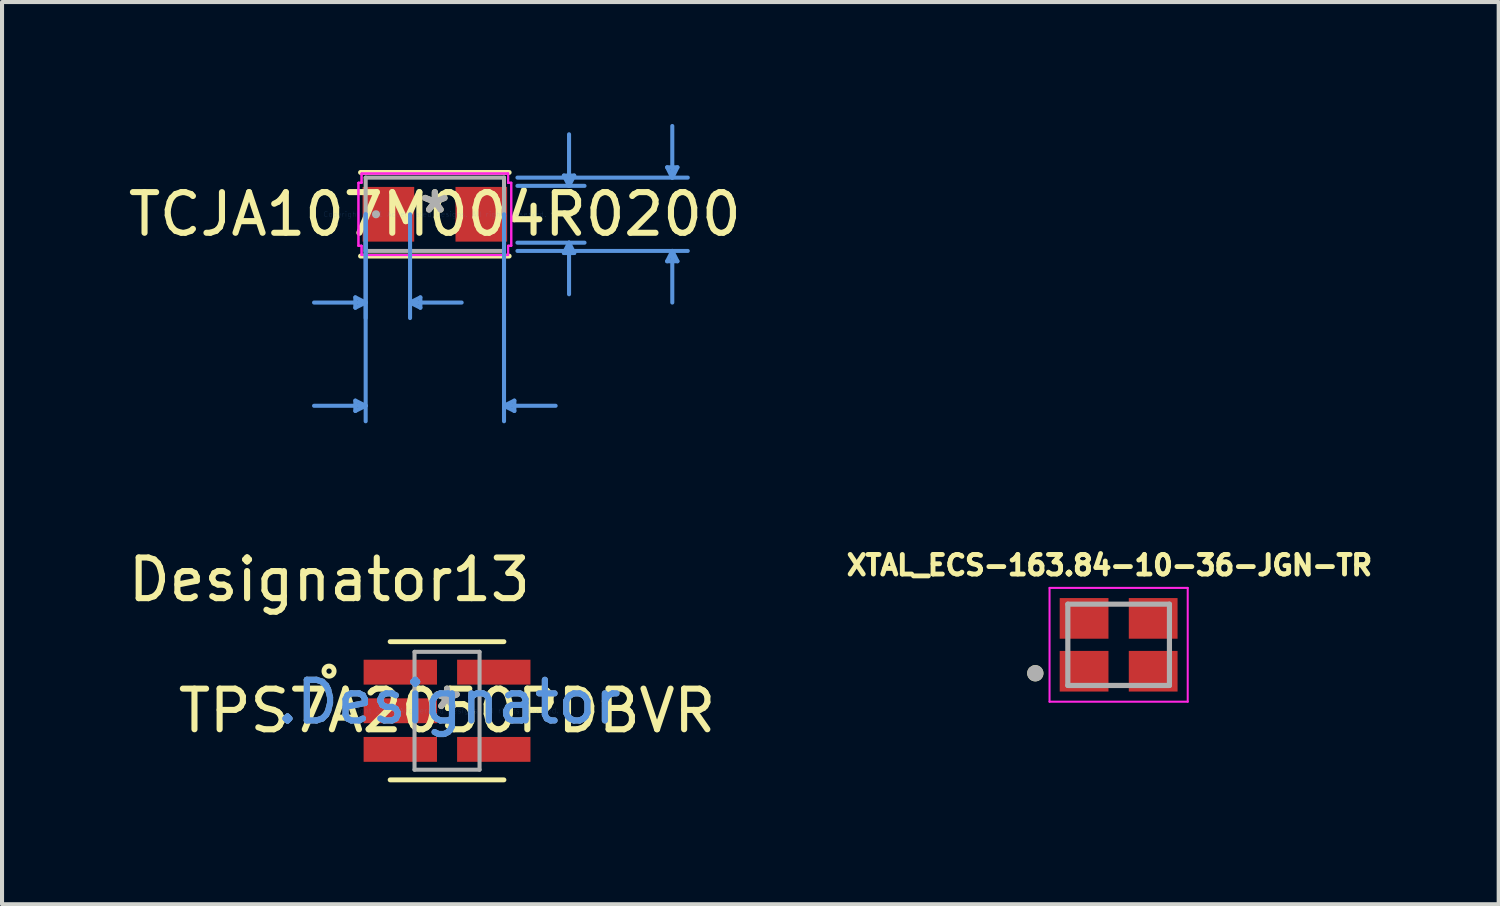
<source format=kicad_pcb>
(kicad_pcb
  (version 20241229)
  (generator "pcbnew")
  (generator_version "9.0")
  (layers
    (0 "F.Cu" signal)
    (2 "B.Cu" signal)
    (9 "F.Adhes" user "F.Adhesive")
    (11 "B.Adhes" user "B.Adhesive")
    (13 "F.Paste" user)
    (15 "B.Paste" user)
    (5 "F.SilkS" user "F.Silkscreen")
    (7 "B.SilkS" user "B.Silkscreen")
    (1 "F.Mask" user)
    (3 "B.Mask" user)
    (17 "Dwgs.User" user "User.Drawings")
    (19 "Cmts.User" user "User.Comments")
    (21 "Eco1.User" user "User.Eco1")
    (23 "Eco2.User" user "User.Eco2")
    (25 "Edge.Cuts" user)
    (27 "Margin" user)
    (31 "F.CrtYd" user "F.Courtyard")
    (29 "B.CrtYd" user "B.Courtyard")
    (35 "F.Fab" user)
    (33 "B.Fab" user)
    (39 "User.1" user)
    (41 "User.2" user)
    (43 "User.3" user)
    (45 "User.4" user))
  (footprint "TCJA107M004R0200"
    (layer "F.Cu")
    (at 7.649 2.222)
    (property "Reference" "TCJA107M004R0200" (at 0 0 0) (layer "F.SilkS") (effects (font (size 1 1) (thickness 0.15))))
    (attr through_hole)
    (fp_line (start -1.829 1.029) (end 1.829 1.029) (stroke (width 0.12) (type solid)) (layer "F.SilkS"))
    (fp_line (start 1.829 -1.029) (end -1.829 -1.029) (stroke (width 0.12) (type solid)) (layer "F.SilkS"))
    (fp_line (start -1.956 2.045) (end -1.956 2.299) (stroke (width 0.1) (type solid)) (layer "Cmts.User"))
    (fp_line (start -1.956 4.585) (end -1.956 4.839) (stroke (width 0.1) (type solid)) (layer "Cmts.User"))
    (fp_line (start -1.702 0) (end -1.702 2.553) (stroke (width 0.1) (type solid)) (layer "Cmts.User"))
    (fp_line (start -1.702 0) (end -1.702 5.093) (stroke (width 0.1) (type solid)) (layer "Cmts.User"))
    (fp_line (start -1.702 2.172) (end -2.972 2.172) (stroke (width 0.1) (type solid)) (layer "Cmts.User"))
    (fp_line (start -1.702 2.172) (end -1.956 2.045) (stroke (width 0.1) (type solid)) (layer "Cmts.User"))
    (fp_line (start -1.702 2.172) (end -1.956 2.299) (stroke (width 0.1) (type solid)) (layer "Cmts.User"))
    (fp_line (start -1.702 4.712) (end -2.972 4.712) (stroke (width 0.1) (type solid)) (layer "Cmts.User"))
    (fp_line (start -1.702 4.712) (end -1.956 4.585) (stroke (width 0.1) (type solid)) (layer "Cmts.User"))
    (fp_line (start -1.702 4.712) (end -1.956 4.839) (stroke (width 0.1) (type solid)) (layer "Cmts.User"))
    (fp_line (start -0.61 0) (end -0.61 2.553) (stroke (width 0.1) (type solid)) (layer "Cmts.User"))
    (fp_line (start -0.61 2.172) (end -0.356 2.045) (stroke (width 0.1) (type solid)) (layer "Cmts.User"))
    (fp_line (start -0.61 2.172) (end -0.356 2.299) (stroke (width 0.1) (type solid)) (layer "Cmts.User"))
    (fp_line (start -0.61 2.172) (end 0.66 2.172) (stroke (width 0.1) (type solid)) (layer "Cmts.User"))
    (fp_line (start -0.356 2.045) (end -0.356 2.299) (stroke (width 0.1) (type solid)) (layer "Cmts.User"))
    (fp_line (start 1.702 0) (end 1.702 5.093) (stroke (width 0.1) (type solid)) (layer "Cmts.User"))
    (fp_line (start 1.702 4.712) (end 1.956 4.585) (stroke (width 0.1) (type solid)) (layer "Cmts.User"))
    (fp_line (start 1.702 4.712) (end 1.956 4.839) (stroke (width 0.1) (type solid)) (layer "Cmts.User"))
    (fp_line (start 1.702 4.712) (end 2.972 4.712) (stroke (width 0.1) (type solid)) (layer "Cmts.User"))
    (fp_line (start 1.956 4.585) (end 1.956 4.839) (stroke (width 0.1) (type solid)) (layer "Cmts.User"))
    (fp_line (start 2.032 -0.902) (end 6.223 -0.902) (stroke (width 0.1) (type solid)) (layer "Cmts.User"))
    (fp_line (start 2.032 -0.699) (end 3.683 -0.699) (stroke (width 0.1) (type solid)) (layer "Cmts.User"))
    (fp_line (start 2.032 0.699) (end 3.683 0.699) (stroke (width 0.1) (type solid)) (layer "Cmts.User"))
    (fp_line (start 2.032 0.902) (end 6.223 0.902) (stroke (width 0.1) (type solid)) (layer "Cmts.User"))
    (fp_line (start 3.175 -0.953) (end 3.429 -0.953) (stroke (width 0.1) (type solid)) (layer "Cmts.User"))
    (fp_line (start 3.175 0.953) (end 3.429 0.953) (stroke (width 0.1) (type solid)) (layer "Cmts.User"))
    (fp_line (start 3.302 -0.699) (end 3.175 -0.953) (stroke (width 0.1) (type solid)) (layer "Cmts.User"))
    (fp_line (start 3.302 -0.699) (end 3.302 -1.968) (stroke (width 0.1) (type solid)) (layer "Cmts.User"))
    (fp_line (start 3.302 -0.699) (end 3.429 -0.953) (stroke (width 0.1) (type solid)) (layer "Cmts.User"))
    (fp_line (start 3.302 0.699) (end 3.175 0.953) (stroke (width 0.1) (type solid)) (layer "Cmts.User"))
    (fp_line (start 3.302 0.699) (end 3.302 1.968) (stroke (width 0.1) (type solid)) (layer "Cmts.User"))
    (fp_line (start 3.302 0.699) (end 3.429 0.953) (stroke (width 0.1) (type solid)) (layer "Cmts.User"))
    (fp_line (start 5.715 -1.156) (end 5.969 -1.156) (stroke (width 0.1) (type solid)) (layer "Cmts.User"))
    (fp_line (start 5.715 1.156) (end 5.969 1.156) (stroke (width 0.1) (type solid)) (layer "Cmts.User"))
    (fp_line (start 5.842 -0.902) (end 5.715 -1.156) (stroke (width 0.1) (type solid)) (layer "Cmts.User"))
    (fp_line (start 5.842 -0.902) (end 5.842 -2.172) (stroke (width 0.1) (type solid)) (layer "Cmts.User"))
    (fp_line (start 5.842 -0.902) (end 5.969 -1.156) (stroke (width 0.1) (type solid)) (layer "Cmts.User"))
    (fp_line (start 5.842 0.902) (end 5.715 1.156) (stroke (width 0.1) (type solid)) (layer "Cmts.User"))
    (fp_line (start 5.842 0.902) (end 5.842 2.172) (stroke (width 0.1) (type solid)) (layer "Cmts.User"))
    (fp_line (start 5.842 0.902) (end 5.969 1.156) (stroke (width 0.1) (type solid)) (layer "Cmts.User"))
    (fp_line (start -1.88 -0.775) (end -1.803 -0.775) (stroke (width 0.05) (type solid)) (layer "F.CrtYd"))
    (fp_line (start -1.88 -0.775) (end -1.803 -0.775) (stroke (width 0.05) (type solid)) (layer "F.CrtYd"))
    (fp_line (start -1.88 0.775) (end -1.88 -0.775) (stroke (width 0.05) (type solid)) (layer "F.CrtYd"))
    (fp_line (start -1.88 0.775) (end -1.88 -0.775) (stroke (width 0.05) (type solid)) (layer "F.CrtYd"))
    (fp_line (start -1.803 -1.003) (end 1.803 -1.003) (stroke (width 0.05) (type solid)) (layer "F.CrtYd"))
    (fp_line (start -1.803 -1.003) (end 1.803 -1.003) (stroke (width 0.05) (type solid)) (layer "F.CrtYd"))
    (fp_line (start -1.803 -0.775) (end -1.803 -1.003) (stroke (width 0.05) (type solid)) (layer "F.CrtYd"))
    (fp_line (start -1.803 -0.775) (end -1.803 -1.003) (stroke (width 0.05) (type solid)) (layer "F.CrtYd"))
    (fp_line (start -1.803 0.775) (end -1.88 0.775) (stroke (width 0.05) (type solid)) (layer "F.CrtYd"))
    (fp_line (start -1.803 0.775) (end -1.88 0.775) (stroke (width 0.05) (type solid)) (layer "F.CrtYd"))
    (fp_line (start -1.803 1.003) (end -1.803 0.775) (stroke (width 0.05) (type solid)) (layer "F.CrtYd"))
    (fp_line (start -1.803 1.003) (end -1.803 0.775) (stroke (width 0.05) (type solid)) (layer "F.CrtYd"))
    (fp_line (start 1.803 -1.003) (end 1.803 -0.775) (stroke (width 0.05) (type solid)) (layer "F.CrtYd"))
    (fp_line (start 1.803 -1.003) (end 1.803 -0.775) (stroke (width 0.05) (type solid)) (layer "F.CrtYd"))
    (fp_line (start 1.803 -0.775) (end 1.88 -0.775) (stroke (width 0.05) (type solid)) (layer "F.CrtYd"))
    (fp_line (start 1.803 -0.775) (end 1.88 -0.775) (stroke (width 0.05) (type solid)) (layer "F.CrtYd"))
    (fp_line (start 1.803 0.775) (end 1.803 1.003) (stroke (width 0.05) (type solid)) (layer "F.CrtYd"))
    (fp_line (start 1.803 0.775) (end 1.803 1.003) (stroke (width 0.05) (type solid)) (layer "F.CrtYd"))
    (fp_line (start 1.803 1.003) (end -1.803 1.003) (stroke (width 0.05) (type solid)) (layer "F.CrtYd"))
    (fp_line (start 1.803 1.003) (end -1.803 1.003) (stroke (width 0.05) (type solid)) (layer "F.CrtYd"))
    (fp_line (start 1.88 -0.775) (end 1.88 0.775) (stroke (width 0.05) (type solid)) (layer "F.CrtYd"))
    (fp_line (start 1.88 -0.775) (end 1.88 0.775) (stroke (width 0.05) (type solid)) (layer "F.CrtYd"))
    (fp_line (start 1.88 0.775) (end 1.803 0.775) (stroke (width 0.05) (type solid)) (layer "F.CrtYd"))
    (fp_line (start 1.88 0.775) (end 1.803 0.775) (stroke (width 0.05) (type solid)) (layer "F.CrtYd"))
    (fp_line (start -1.702 -0.902) (end -1.702 0.902) (stroke (width 0.1) (type solid)) (layer "F.Fab"))
    (fp_line (start -1.702 0.902) (end 1.702 0.902) (stroke (width 0.1) (type solid)) (layer "F.Fab"))
    (fp_line (start 1.702 -0.902) (end -1.702 -0.902) (stroke (width 0.1) (type solid)) (layer "F.Fab"))
    (fp_line (start 1.702 0.902) (end 1.702 -0.902) (stroke (width 0.1) (type solid)) (layer "F.Fab"))
    (fp_circle (center -1.448 0) (end -1.448 0) (stroke (width 0.1) (type solid)) (fill no) (layer "F.Fab"))
    (fp_text user "*" (at 0 0 0) (layer "F.SilkS") (effects (font (size 1 1) (thickness 0.15))))
    (fp_text user "Copyright 2021 Accelerated Designs. All rights reserved." (at 0 0 0) (layer "Cmts.User") (effects (font (size 0.127 0.127) (thickness 0.002))))
    (fp_text user "*" (at 0 0 0) (layer "F.Fab") (effects (font (size 1 1) (thickness 0.15))))
    (pad "1" smd rect (at -1.143 0 90) (size 1.346 1.27) (layers "F.Cu" "F.Mask" "F.Paste"))
    (pad "2" smd rect (at 1.143 0 90) (size 1.346 1.27) (layers "F.Cu" "F.Mask" "F.Paste")))
  (footprint "XTAL_ECS-163.84-10-36-JGN-TR"
    (layer "F.Cu")
    (at 24.473 12.815)
    (property "Reference" "XTAL_ECS-163.84-10-36-JGN-TR" (at -0.226 -1.958 0) (layer "F.SilkS") (effects (font (size 0.481 0.481) (thickness 0.15))))
    (attr smd)
    (fp_circle (center -2.05 0.7) (end -1.95 0.7) (stroke (width 0.2) (type solid)) (fill no) (layer "F.SilkS"))
    (fp_line (start -1.7 -1.4) (end -1.7 1.4) (stroke (width 0.05) (type solid)) (layer "F.CrtYd"))
    (fp_line (start -1.7 1.4) (end 1.7 1.4) (stroke (width 0.05) (type solid)) (layer "F.CrtYd"))
    (fp_line (start 1.7 -1.4) (end -1.7 -1.4) (stroke (width 0.05) (type solid)) (layer "F.CrtYd"))
    (fp_line (start 1.7 1.4) (end 1.7 -1.4) (stroke (width 0.05) (type solid)) (layer "F.CrtYd"))
    (fp_line (start -1.25 -1) (end -1.25 1) (stroke (width 0.127) (type solid)) (layer "F.Fab"))
    (fp_line (start -1.25 1) (end 1.25 1) (stroke (width 0.127) (type solid)) (layer "F.Fab"))
    (fp_line (start 1.25 -1) (end -1.25 -1) (stroke (width 0.127) (type solid)) (layer "F.Fab"))
    (fp_line (start 1.25 1) (end 1.25 -1) (stroke (width 0.127) (type solid)) (layer "F.Fab"))
    (fp_circle (center -2.05 0.7) (end -1.95 0.7) (stroke (width 0.2) (type solid)) (fill no) (layer "F.Fab"))
    (pad "1" smd rect (at -0.85 0.65 90) (size 1 1.2) (layers "F.Cu" "F.Mask" "F.Paste"))
    (pad "2" smd rect (at 0.85 0.65 90) (size 1 1.2) (layers "F.Cu" "F.Mask" "F.Paste"))
    (pad "3" smd rect (at 0.85 -0.65 90) (size 1 1.2) (layers "F.Cu" "F.Mask" "F.Paste"))
    (pad "4" smd rect (at -0.85 -0.65 90) (size 1 1.2) (layers "F.Cu" "F.Mask" "F.Paste")))
  (footprint "TPS7A2050PDBVR"
    (layer "F.Cu")
    (at 7.949 14.438)
    (property "Reference" "TPS7A2050PDBVR" (at 0 0 0) (layer "F.SilkS") (effects (font (size 1 1) (thickness 0.15))))
    (attr through_hole)
    (fp_line (start -1.4 -1.7) (end 1.4 -1.7) (stroke (width 0.12) (type solid)) (layer "F.SilkS"))
    (fp_line (start -1.4 1.7) (end 1.4 1.7) (stroke (width 0.12) (type solid)) (layer "F.SilkS"))
    (fp_circle (center -2.903 -0.975) (end -2.778 -0.975) (stroke (width 0.12) (type solid)) (fill no) (layer "F.SilkS"))
    (fp_line (start -0.8 -1.45) (end 0.8 -1.45) (stroke (width 0.1) (type solid)) (layer "F.Fab"))
    (fp_line (start -0.8 1.45) (end -0.8 -1.45) (stroke (width 0.1) (type solid)) (layer "F.Fab"))
    (fp_line (start -0.8 1.45) (end 0.8 1.45) (stroke (width 0.1) (type solid)) (layer "F.Fab"))
    (fp_line (start 0.8 1.45) (end 0.8 -1.45) (stroke (width 0.1) (type solid)) (layer "F.Fab"))
    (fp_text user "Designator13" (at -2.896 -3.226 0) (layer "F.SilkS") (effects (font (size 1 1) (thickness 0.15))))
    (fp_text user "*" (at 0 0 0) (layer "F.SilkS") (effects (font (size 1 1) (thickness 0.15))))
    (fp_text user ".Designator" (at 0.05 -0.217 0) (layer "Cmts.User") (effects (font (size 1 1) (thickness 0.15))))
    (fp_text user "Copyright 2021 Accelerated Designs. All rights reserved." (at 0 0 0) (layer "Cmts.User") (effects (font (size 0.127 0.127) (thickness 0.002))))
    (fp_text user "*" (at 0 0 0) (layer "F.Fab") (effects (font (size 1 1) (thickness 0.15))))
    (fp_text user ".Designator" (at 0.05 -0.217 0) (layer "F.Fab") (effects (font (size 1 1) (thickness 0.15))))
    (pad "1" smd rect (at -1.15 -0.95) (size 1.805 0.612) (layers "F.Cu" "F.Mask" "F.Paste"))
    (pad "2" smd rect (at -1.15 0) (size 1.805 0.612) (layers "F.Cu" "F.Mask" "F.Paste"))
    (pad "3" smd rect (at -1.15 0.95) (size 1.805 0.612) (layers "F.Cu" "F.Mask" "F.Paste"))
    (pad "4" smd rect (at 1.15 0.95) (size 1.805 0.612) (layers "F.Cu" "F.Mask" "F.Paste"))
    (pad "5" smd rect (at 1.15 -0.95) (size 1.805 0.612) (layers "F.Cu" "F.Mask" "F.Paste")))
  (gr_rect
    (start -3 -3)
    (end 33.824 19.198)
    (stroke (width 0.1) (type default))
    (fill no)
    (layer "Edge.Cuts")))
</source>
